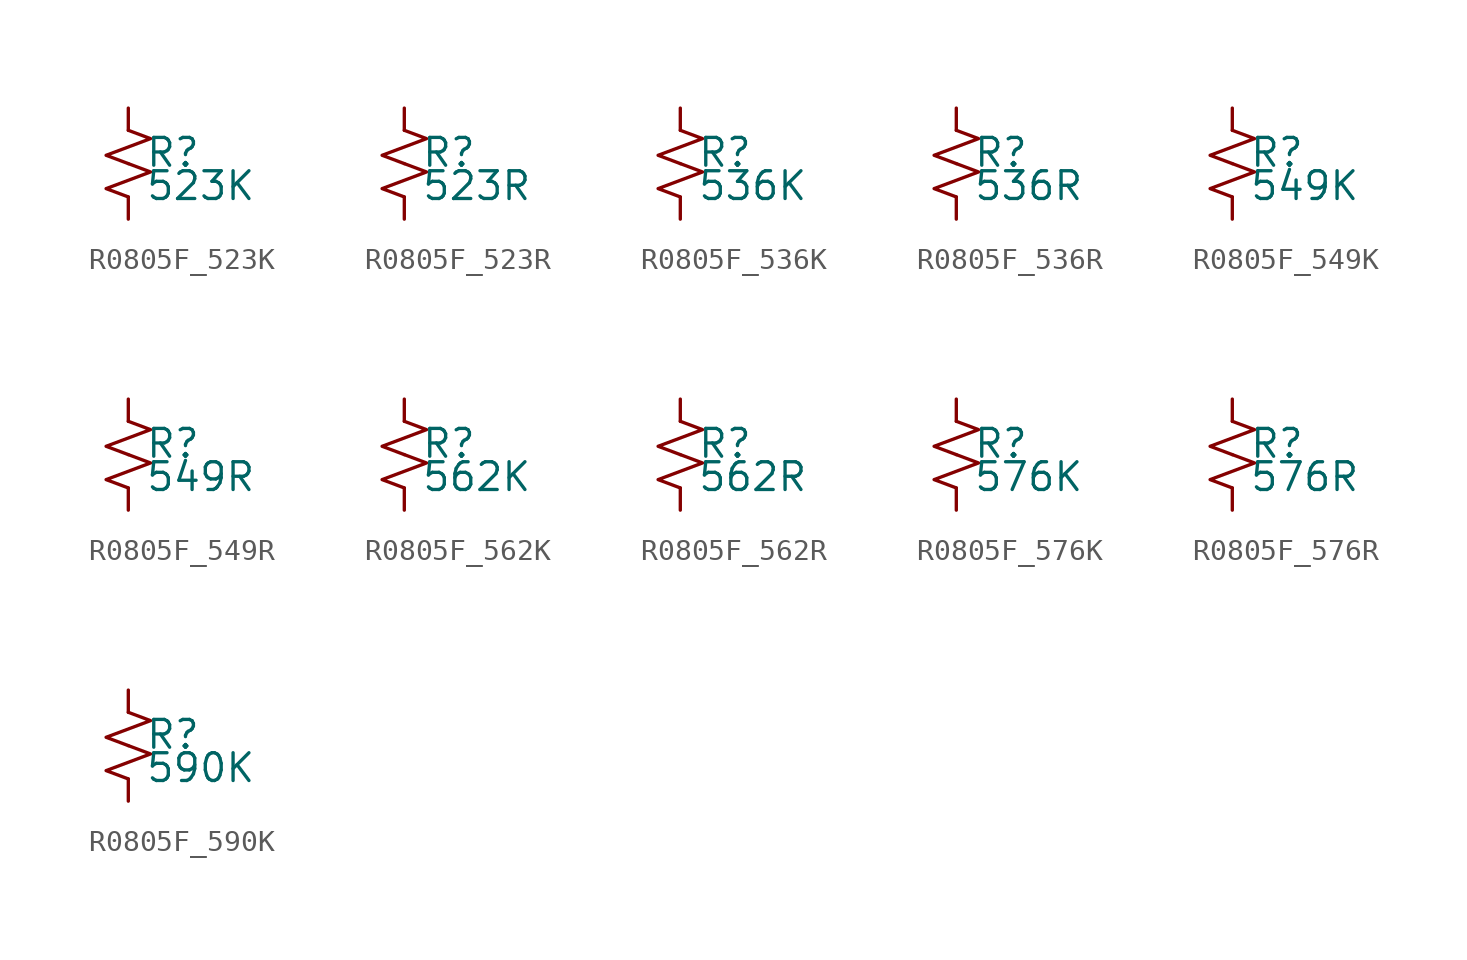
<source format=kicad_sym>
(kicad_symbol_lib
  (version 20220914)
  (generator kicad_symbol_editor)
  (symbol "R0805F_523K"
    (pin_numbers hide)
    (pin_names
      (offset 0.254) hide)
    (property "Reference" "R"
      (at 0.762 0.508 0)
      (effects (font (size 1.27 1.27)) (justify left)))
    (property "Value" "523K"
      (at 0.762 -1.016 0)
      (effects (font (size 1.27 1.27)) (justify left)))
    (symbol "R0805F_523K_1_1"
      (polyline (pts (xy 0 0) (xy 1.016 -0.381) (xy 0 -0.762) (xy -1.016 -1.143) (xy 0 -1.524)) (stroke (width 0) (type default)) (fill (type none)))
      (polyline (pts (xy 0 1.524) (xy 1.016 1.143) (xy 0 0.762) (xy -1.016 0.381) (xy 0 0)) (stroke (width 0) (type default)) (fill (type none)))
      (pin passive line (at 0 2.54 270) (length 1.016) (name "~" (effects (font (size 1.27 1.27)))) (number "1" (effects (font (size 1.27 1.27)))))
      (pin passive line (at 0 -2.54 90) (length 1.016) (name "~" (effects (font (size 1.27 1.27)))) (number "2" (effects (font (size 1.27 1.27)))))))
  (symbol "R0805F_523R"
    (pin_numbers hide)
    (pin_names
      (offset 0.254) hide)
    (property "Reference" "R"
      (at 0.762 0.508 0)
      (effects (font (size 1.27 1.27)) (justify left)))
    (property "Value" "523R"
      (at 0.762 -1.016 0)
      (effects (font (size 1.27 1.27)) (justify left)))
    (symbol "R0805F_523R_1_1"
      (polyline (pts (xy 0 0) (xy 1.016 -0.381) (xy 0 -0.762) (xy -1.016 -1.143) (xy 0 -1.524)) (stroke (width 0) (type default)) (fill (type none)))
      (polyline (pts (xy 0 1.524) (xy 1.016 1.143) (xy 0 0.762) (xy -1.016 0.381) (xy 0 0)) (stroke (width 0) (type default)) (fill (type none)))
      (pin passive line (at 0 2.54 270) (length 1.016) (name "~" (effects (font (size 1.27 1.27)))) (number "1" (effects (font (size 1.27 1.27)))))
      (pin passive line (at 0 -2.54 90) (length 1.016) (name "~" (effects (font (size 1.27 1.27)))) (number "2" (effects (font (size 1.27 1.27)))))))
  (symbol "R0805F_536K"
    (pin_numbers hide)
    (pin_names
      (offset 0.254) hide)
    (property "Reference" "R"
      (at 0.762 0.508 0)
      (effects (font (size 1.27 1.27)) (justify left)))
    (property "Value" "536K"
      (at 0.762 -1.016 0)
      (effects (font (size 1.27 1.27)) (justify left)))
    (symbol "R0805F_536K_1_1"
      (polyline (pts (xy 0 0) (xy 1.016 -0.381) (xy 0 -0.762) (xy -1.016 -1.143) (xy 0 -1.524)) (stroke (width 0) (type default)) (fill (type none)))
      (polyline (pts (xy 0 1.524) (xy 1.016 1.143) (xy 0 0.762) (xy -1.016 0.381) (xy 0 0)) (stroke (width 0) (type default)) (fill (type none)))
      (pin passive line (at 0 2.54 270) (length 1.016) (name "~" (effects (font (size 1.27 1.27)))) (number "1" (effects (font (size 1.27 1.27)))))
      (pin passive line (at 0 -2.54 90) (length 1.016) (name "~" (effects (font (size 1.27 1.27)))) (number "2" (effects (font (size 1.27 1.27)))))))
  (symbol "R0805F_536R"
    (pin_numbers hide)
    (pin_names
      (offset 0.254) hide)
    (property "Reference" "R"
      (at 0.762 0.508 0)
      (effects (font (size 1.27 1.27)) (justify left)))
    (property "Value" "536R"
      (at 0.762 -1.016 0)
      (effects (font (size 1.27 1.27)) (justify left)))
    (symbol "R0805F_536R_1_1"
      (polyline (pts (xy 0 0) (xy 1.016 -0.381) (xy 0 -0.762) (xy -1.016 -1.143) (xy 0 -1.524)) (stroke (width 0) (type default)) (fill (type none)))
      (polyline (pts (xy 0 1.524) (xy 1.016 1.143) (xy 0 0.762) (xy -1.016 0.381) (xy 0 0)) (stroke (width 0) (type default)) (fill (type none)))
      (pin passive line (at 0 2.54 270) (length 1.016) (name "~" (effects (font (size 1.27 1.27)))) (number "1" (effects (font (size 1.27 1.27)))))
      (pin passive line (at 0 -2.54 90) (length 1.016) (name "~" (effects (font (size 1.27 1.27)))) (number "2" (effects (font (size 1.27 1.27)))))))
  (symbol "R0805F_549K"
    (pin_numbers hide)
    (pin_names
      (offset 0.254) hide)
    (property "Reference" "R"
      (at 0.762 0.508 0)
      (effects (font (size 1.27 1.27)) (justify left)))
    (property "Value" "549K"
      (at 0.762 -1.016 0)
      (effects (font (size 1.27 1.27)) (justify left)))
    (symbol "R0805F_549K_1_1"
      (polyline (pts (xy 0 0) (xy 1.016 -0.381) (xy 0 -0.762) (xy -1.016 -1.143) (xy 0 -1.524)) (stroke (width 0) (type default)) (fill (type none)))
      (polyline (pts (xy 0 1.524) (xy 1.016 1.143) (xy 0 0.762) (xy -1.016 0.381) (xy 0 0)) (stroke (width 0) (type default)) (fill (type none)))
      (pin passive line (at 0 2.54 270) (length 1.016) (name "~" (effects (font (size 1.27 1.27)))) (number "1" (effects (font (size 1.27 1.27)))))
      (pin passive line (at 0 -2.54 90) (length 1.016) (name "~" (effects (font (size 1.27 1.27)))) (number "2" (effects (font (size 1.27 1.27)))))))
  (symbol "R0805F_549R"
    (pin_numbers hide)
    (pin_names
      (offset 0.254) hide)
    (property "Reference" "R"
      (at 0.762 0.508 0)
      (effects (font (size 1.27 1.27)) (justify left)))
    (property "Value" "549R"
      (at 0.762 -1.016 0)
      (effects (font (size 1.27 1.27)) (justify left)))
    (symbol "R0805F_549R_1_1"
      (polyline (pts (xy 0 0) (xy 1.016 -0.381) (xy 0 -0.762) (xy -1.016 -1.143) (xy 0 -1.524)) (stroke (width 0) (type default)) (fill (type none)))
      (polyline (pts (xy 0 1.524) (xy 1.016 1.143) (xy 0 0.762) (xy -1.016 0.381) (xy 0 0)) (stroke (width 0) (type default)) (fill (type none)))
      (pin passive line (at 0 2.54 270) (length 1.016) (name "~" (effects (font (size 1.27 1.27)))) (number "1" (effects (font (size 1.27 1.27)))))
      (pin passive line (at 0 -2.54 90) (length 1.016) (name "~" (effects (font (size 1.27 1.27)))) (number "2" (effects (font (size 1.27 1.27)))))))
  (symbol "R0805F_562K"
    (pin_numbers hide)
    (pin_names
      (offset 0.254) hide)
    (property "Reference" "R"
      (at 0.762 0.508 0)
      (effects (font (size 1.27 1.27)) (justify left)))
    (property "Value" "562K"
      (at 0.762 -1.016 0)
      (effects (font (size 1.27 1.27)) (justify left)))
    (symbol "R0805F_562K_1_1"
      (polyline (pts (xy 0 0) (xy 1.016 -0.381) (xy 0 -0.762) (xy -1.016 -1.143) (xy 0 -1.524)) (stroke (width 0) (type default)) (fill (type none)))
      (polyline (pts (xy 0 1.524) (xy 1.016 1.143) (xy 0 0.762) (xy -1.016 0.381) (xy 0 0)) (stroke (width 0) (type default)) (fill (type none)))
      (pin passive line (at 0 2.54 270) (length 1.016) (name "~" (effects (font (size 1.27 1.27)))) (number "1" (effects (font (size 1.27 1.27)))))
      (pin passive line (at 0 -2.54 90) (length 1.016) (name "~" (effects (font (size 1.27 1.27)))) (number "2" (effects (font (size 1.27 1.27)))))))
  (symbol "R0805F_562R"
    (pin_numbers hide)
    (pin_names
      (offset 0.254) hide)
    (property "Reference" "R"
      (at 0.762 0.508 0)
      (effects (font (size 1.27 1.27)) (justify left)))
    (property "Value" "562R"
      (at 0.762 -1.016 0)
      (effects (font (size 1.27 1.27)) (justify left)))
    (symbol "R0805F_562R_1_1"
      (polyline (pts (xy 0 0) (xy 1.016 -0.381) (xy 0 -0.762) (xy -1.016 -1.143) (xy 0 -1.524)) (stroke (width 0) (type default)) (fill (type none)))
      (polyline (pts (xy 0 1.524) (xy 1.016 1.143) (xy 0 0.762) (xy -1.016 0.381) (xy 0 0)) (stroke (width 0) (type default)) (fill (type none)))
      (pin passive line (at 0 2.54 270) (length 1.016) (name "~" (effects (font (size 1.27 1.27)))) (number "1" (effects (font (size 1.27 1.27)))))
      (pin passive line (at 0 -2.54 90) (length 1.016) (name "~" (effects (font (size 1.27 1.27)))) (number "2" (effects (font (size 1.27 1.27)))))))
  (symbol "R0805F_576K"
    (pin_numbers hide)
    (pin_names
      (offset 0.254) hide)
    (property "Reference" "R"
      (at 0.762 0.508 0)
      (effects (font (size 1.27 1.27)) (justify left)))
    (property "Value" "576K"
      (at 0.762 -1.016 0)
      (effects (font (size 1.27 1.27)) (justify left)))
    (symbol "R0805F_576K_1_1"
      (polyline (pts (xy 0 0) (xy 1.016 -0.381) (xy 0 -0.762) (xy -1.016 -1.143) (xy 0 -1.524)) (stroke (width 0) (type default)) (fill (type none)))
      (polyline (pts (xy 0 1.524) (xy 1.016 1.143) (xy 0 0.762) (xy -1.016 0.381) (xy 0 0)) (stroke (width 0) (type default)) (fill (type none)))
      (pin passive line (at 0 2.54 270) (length 1.016) (name "~" (effects (font (size 1.27 1.27)))) (number "1" (effects (font (size 1.27 1.27)))))
      (pin passive line (at 0 -2.54 90) (length 1.016) (name "~" (effects (font (size 1.27 1.27)))) (number "2" (effects (font (size 1.27 1.27)))))))
  (symbol "R0805F_576R"
    (pin_numbers hide)
    (pin_names
      (offset 0.254) hide)
    (property "Reference" "R"
      (at 0.762 0.508 0)
      (effects (font (size 1.27 1.27)) (justify left)))
    (property "Value" "576R"
      (at 0.762 -1.016 0)
      (effects (font (size 1.27 1.27)) (justify left)))
    (symbol "R0805F_576R_1_1"
      (polyline (pts (xy 0 0) (xy 1.016 -0.381) (xy 0 -0.762) (xy -1.016 -1.143) (xy 0 -1.524)) (stroke (width 0) (type default)) (fill (type none)))
      (polyline (pts (xy 0 1.524) (xy 1.016 1.143) (xy 0 0.762) (xy -1.016 0.381) (xy 0 0)) (stroke (width 0) (type default)) (fill (type none)))
      (pin passive line (at 0 2.54 270) (length 1.016) (name "~" (effects (font (size 1.27 1.27)))) (number "1" (effects (font (size 1.27 1.27)))))
      (pin passive line (at 0 -2.54 90) (length 1.016) (name "~" (effects (font (size 1.27 1.27)))) (number "2" (effects (font (size 1.27 1.27)))))))
  (symbol "R0805F_590K"
    (pin_numbers hide)
    (pin_names
      (offset 0.254) hide)
    (property "Reference" "R"
      (at 0.762 0.508 0)
      (effects (font (size 1.27 1.27)) (justify left)))
    (property "Value" "590K"
      (at 0.762 -1.016 0)
      (effects (font (size 1.27 1.27)) (justify left)))
    (symbol "R0805F_590K_1_1"
      (polyline (pts (xy 0 0) (xy 1.016 -0.381) (xy 0 -0.762) (xy -1.016 -1.143) (xy 0 -1.524)) (stroke (width 0) (type default)) (fill (type none)))
      (polyline (pts (xy 0 1.524) (xy 1.016 1.143) (xy 0 0.762) (xy -1.016 0.381) (xy 0 0)) (stroke (width 0) (type default)) (fill (type none)))
      (pin passive line (at 0 2.54 270) (length 1.016) (name "~" (effects (font (size 1.27 1.27)))) (number "1" (effects (font (size 1.27 1.27)))))
      (pin passive line (at 0 -2.54 90) (length 1.016) (name "~" (effects (font (size 1.27 1.27)))) (number "2" (effects (font (size 1.27 1.27))))))))
</source>
